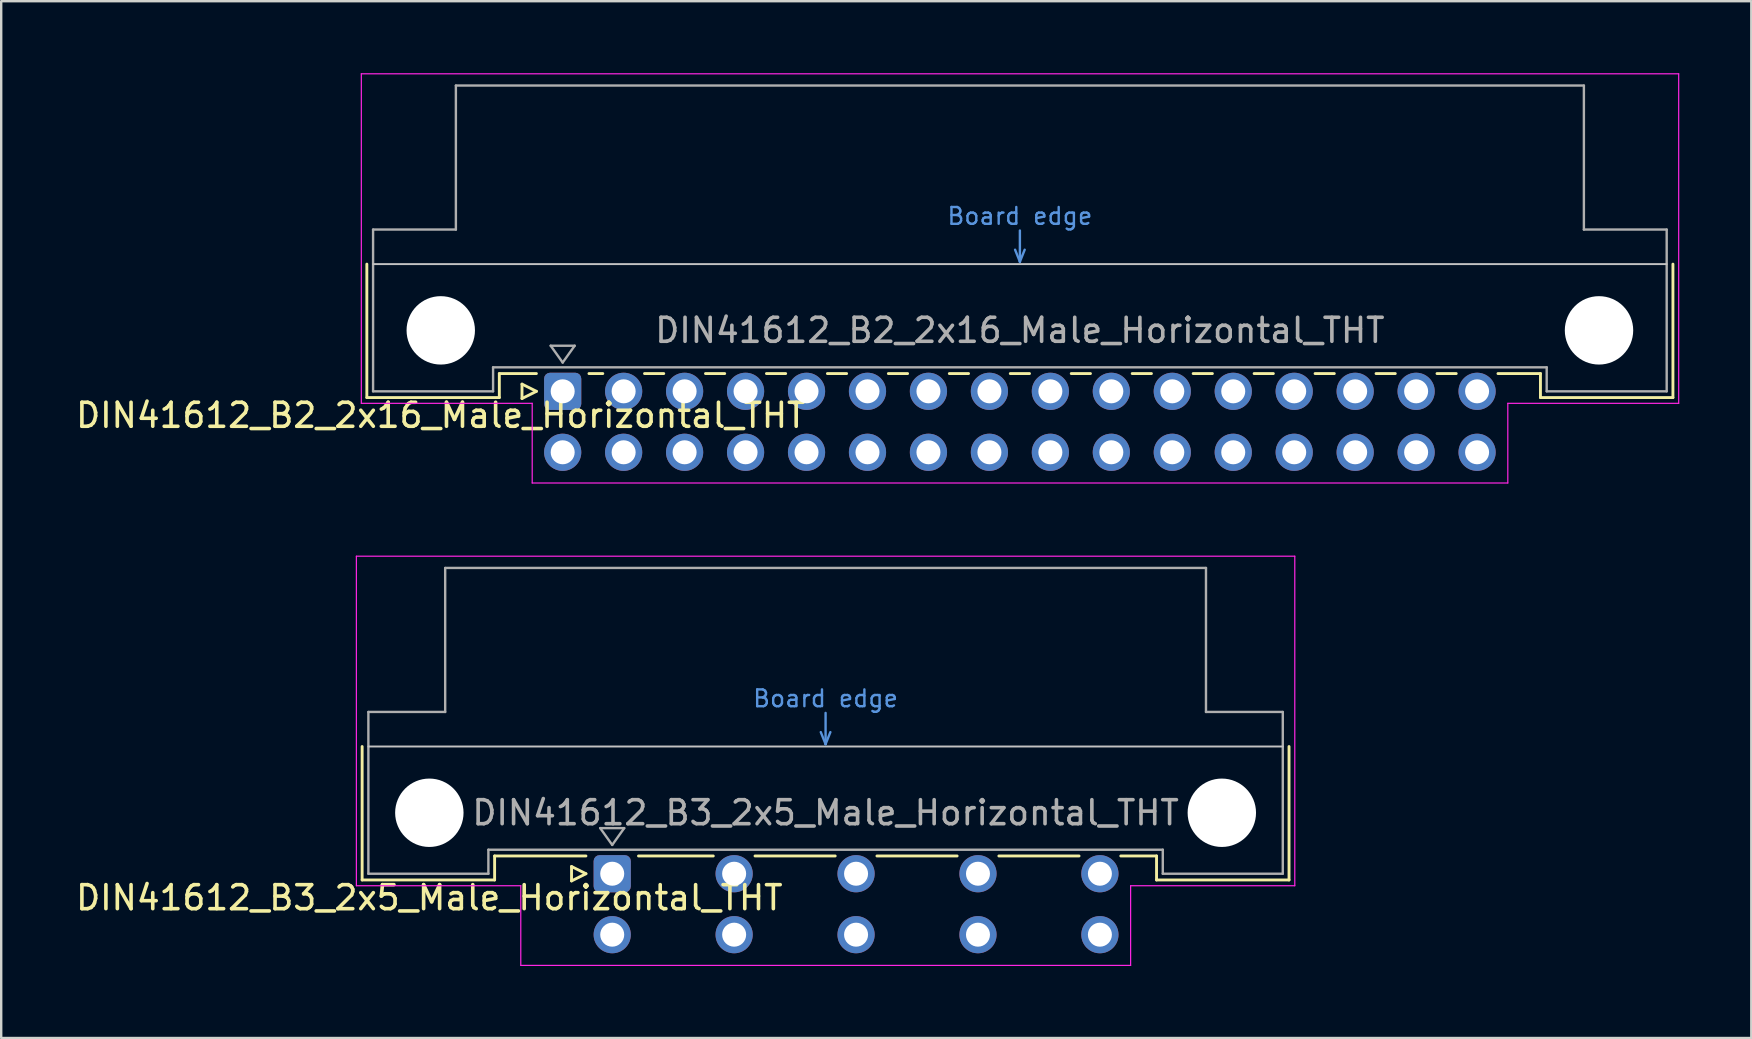
<source format=kicad_pcb>
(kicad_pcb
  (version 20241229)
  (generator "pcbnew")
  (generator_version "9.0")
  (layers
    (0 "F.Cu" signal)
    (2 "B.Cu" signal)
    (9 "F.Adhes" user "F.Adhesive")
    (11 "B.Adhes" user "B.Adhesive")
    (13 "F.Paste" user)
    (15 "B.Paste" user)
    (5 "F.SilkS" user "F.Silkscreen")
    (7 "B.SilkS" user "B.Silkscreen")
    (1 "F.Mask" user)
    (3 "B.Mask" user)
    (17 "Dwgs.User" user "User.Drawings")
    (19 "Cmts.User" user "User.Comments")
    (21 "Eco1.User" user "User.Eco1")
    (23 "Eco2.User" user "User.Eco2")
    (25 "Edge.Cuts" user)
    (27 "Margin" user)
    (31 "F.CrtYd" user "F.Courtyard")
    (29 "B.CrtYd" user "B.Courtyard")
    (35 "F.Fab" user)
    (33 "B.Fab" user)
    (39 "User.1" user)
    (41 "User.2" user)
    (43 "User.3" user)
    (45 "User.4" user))
  (footprint "DIN41612_B3_2x5_Male_Horizontal_THT"
    (layer "F.Cu")
    (at 19.919 33.355)
    (property "Reference" "DIN41612_B3_2x5_Male_Horizontal_THT" (at -5.08 1 0) (layer "F.SilkS") (effects (font (size 1 1) (thickness 0.15))))
    (attr through_hole)
    (fp_line (start -7.88 -5.3) (end -7.88 0.26) (stroke (width 0.12) (type solid)) (layer "F.SilkS"))
    (fp_line (start -7.88 0.26) (end -2.36 0.26) (stroke (width 0.12) (type solid)) (layer "F.SilkS"))
    (fp_line (start -2.361 -0.74) (end 1.445 -0.74) (stroke (width 0.12) (type solid)) (layer "F.SilkS"))
    (fp_line (start -2.36 0.26) (end -2.36 -0.74) (stroke (width 0.12) (type solid)) (layer "F.SilkS"))
    (fp_line (start 0.845 -0.3) (end 0.845 0.3) (stroke (width 0.12) (type solid)) (layer "F.SilkS"))
    (fp_line (start 0.845 0.3) (end 1.445 0) (stroke (width 0.12) (type solid)) (layer "F.SilkS"))
    (fp_line (start 1.445 0) (end 0.845 -0.3) (stroke (width 0.12) (type solid)) (layer "F.SilkS"))
    (fp_line (start 3.635 -0.74) (end 6.751 -0.74) (stroke (width 0.12) (type solid)) (layer "F.SilkS"))
    (fp_line (start 8.49 -0.74) (end 11.831 -0.74) (stroke (width 0.12) (type solid)) (layer "F.SilkS"))
    (fp_line (start 13.57 -0.74) (end 16.911 -0.74) (stroke (width 0.12) (type solid)) (layer "F.SilkS"))
    (fp_line (start 18.65 -0.74) (end 21.991 -0.74) (stroke (width 0.12) (type solid)) (layer "F.SilkS"))
    (fp_line (start 23.73 -0.74) (end 25.22 -0.74) (stroke (width 0.12) (type solid)) (layer "F.SilkS"))
    (fp_line (start 25.22 0.26) (end 25.22 -0.74) (stroke (width 0.12) (type solid)) (layer "F.SilkS"))
    (fp_line (start 30.74 -5.3) (end 30.74 0.26) (stroke (width 0.12) (type solid)) (layer "F.SilkS"))
    (fp_line (start 30.74 0.26) (end 25.22 0.26) (stroke (width 0.12) (type solid)) (layer "F.SilkS"))
    (fp_line (start -7.62 -5.3) (end 30.48 -5.3) (stroke (width 0.08) (type solid)) (layer "Dwgs.User"))
    (fp_line (start 11.23 -5.9) (end 11.43 -5.4) (stroke (width 0.1) (type solid)) (layer "Cmts.User"))
    (fp_line (start 11.43 -5.4) (end 11.43 -6.7) (stroke (width 0.1) (type solid)) (layer "Cmts.User"))
    (fp_line (start 11.43 -5.4) (end 11.63 -5.9) (stroke (width 0.1) (type solid)) (layer "Cmts.User"))
    (fp_line (start -8.12 -13.23) (end -8.12 0.5) (stroke (width 0.05) (type solid)) (layer "F.CrtYd"))
    (fp_line (start -8.12 0.5) (end -1.27 0.5) (stroke (width 0.05) (type solid)) (layer "F.CrtYd"))
    (fp_line (start -1.27 0.5) (end -1.27 3.82) (stroke (width 0.05) (type solid)) (layer "F.CrtYd"))
    (fp_line (start -1.27 3.82) (end 24.14 3.82) (stroke (width 0.05) (type solid)) (layer "F.CrtYd"))
    (fp_line (start 24.14 0.5) (end 30.98 0.5) (stroke (width 0.05) (type solid)) (layer "F.CrtYd"))
    (fp_line (start 24.14 3.82) (end 24.14 0.5) (stroke (width 0.05) (type solid)) (layer "F.CrtYd"))
    (fp_line (start 30.98 -13.23) (end -8.12 -13.23) (stroke (width 0.05) (type solid)) (layer "F.CrtYd"))
    (fp_line (start 30.98 0.5) (end 30.98 -13.23) (stroke (width 0.05) (type solid)) (layer "F.CrtYd"))
    (fp_line (start -7.62 -6.74) (end -7.62 0) (stroke (width 0.1) (type solid)) (layer "F.Fab"))
    (fp_line (start -7.62 0) (end -2.62 0) (stroke (width 0.1) (type solid)) (layer "F.Fab"))
    (fp_line (start -4.42 -12.74) (end -4.42 -6.74) (stroke (width 0.1) (type solid)) (layer "F.Fab"))
    (fp_line (start -4.42 -6.74) (end -7.62 -6.74) (stroke (width 0.1) (type solid)) (layer "F.Fab"))
    (fp_line (start -2.62 -1) (end 25.48 -1) (stroke (width 0.1) (type solid)) (layer "F.Fab"))
    (fp_line (start -2.62 0) (end -2.62 -1) (stroke (width 0.1) (type solid)) (layer "F.Fab"))
    (fp_line (start 2.04 -1.9) (end 3.04 -1.9) (stroke (width 0.1) (type solid)) (layer "F.Fab"))
    (fp_line (start 2.54 -1.2) (end 2.04 -1.9) (stroke (width 0.1) (type solid)) (layer "F.Fab"))
    (fp_line (start 3.04 -1.9) (end 2.54 -1.2) (stroke (width 0.1) (type solid)) (layer "F.Fab"))
    (fp_line (start 25.48 -1) (end 25.48 0) (stroke (width 0.1) (type solid)) (layer "F.Fab"))
    (fp_line (start 25.48 0) (end 30.48 0) (stroke (width 0.1) (type solid)) (layer "F.Fab"))
    (fp_line (start 27.28 -12.74) (end -4.42 -12.74) (stroke (width 0.1) (type solid)) (layer "F.Fab"))
    (fp_line (start 27.28 -6.74) (end 27.28 -12.74) (stroke (width 0.1) (type solid)) (layer "F.Fab"))
    (fp_line (start 30.48 -6.74) (end 27.28 -6.74) (stroke (width 0.1) (type solid)) (layer "F.Fab"))
    (fp_line (start 30.48 0) (end 30.48 -6.74) (stroke (width 0.1) (type solid)) (layer "F.Fab"))
    (fp_text user "Board edge" (at 11.43 -7.3 0) (layer "Cmts.User") (effects (font (size 0.7 0.7) (thickness 0.1))))
    (fp_text user "${REFERENCE}" (at 11.43 -2.54 0) (layer "F.Fab") (effects (font (size 1 1) (thickness 0.15))))
    (pad "" np_thru_hole circle (at -5.08 -2.54) (size 2.85 2.85) (drill 2.85) (layers "*.Cu" "*.Mask"))
    (pad "" np_thru_hole circle (at 27.94 -2.54) (size 2.85 2.85) (drill 2.85) (layers "*.Cu" "*.Mask"))
    (pad "a2" thru_hole roundrect (at 2.54 0) (size 1.55 1.55) (drill 1) (layers "*.Cu" "*.Mask") (roundrect_rratio 0.161))
    (pad "a4" thru_hole circle (at 7.62 0) (size 1.55 1.55) (drill 1) (layers "*.Cu" "*.Mask"))
    (pad "a6" thru_hole circle (at 12.7 0) (size 1.55 1.55) (drill 1) (layers "*.Cu" "*.Mask"))
    (pad "a8" thru_hole circle (at 17.78 0) (size 1.55 1.55) (drill 1) (layers "*.Cu" "*.Mask"))
    (pad "a10" thru_hole circle (at 22.86 0) (size 1.55 1.55) (drill 1) (layers "*.Cu" "*.Mask"))
    (pad "b2" thru_hole circle (at 2.54 2.54) (size 1.55 1.55) (drill 1) (layers "*.Cu" "*.Mask"))
    (pad "b4" thru_hole circle (at 7.62 2.54) (size 1.55 1.55) (drill 1) (layers "*.Cu" "*.Mask"))
    (pad "b6" thru_hole circle (at 12.7 2.54) (size 1.55 1.55) (drill 1) (layers "*.Cu" "*.Mask"))
    (pad "b8" thru_hole circle (at 17.78 2.54) (size 1.55 1.55) (drill 1) (layers "*.Cu" "*.Mask"))
    (pad "b10" thru_hole circle (at 22.86 2.54) (size 1.55 1.55) (drill 1) (layers "*.Cu" "*.Mask")))
  (footprint "DIN41612_B2_2x16_Male_Horizontal_THT"
    (layer "F.Cu")
    (at 20.395 13.255)
    (property "Reference" "DIN41612_B2_2x16_Male_Horizontal_THT" (at -5.08 1 0) (layer "F.SilkS") (effects (font (size 1 1) (thickness 0.15))))
    (attr through_hole)
    (fp_line (start -8.16 -5.3) (end -8.16 0.26) (stroke (width 0.12) (type solid)) (layer "F.SilkS"))
    (fp_line (start -8.16 0.26) (end -2.64 0.26) (stroke (width 0.12) (type solid)) (layer "F.SilkS"))
    (fp_line (start -2.64 -0.74) (end -1.095 -0.74) (stroke (width 0.12) (type solid)) (layer "F.SilkS"))
    (fp_line (start -2.64 0.26) (end -2.64 -0.74) (stroke (width 0.12) (type solid)) (layer "F.SilkS"))
    (fp_line (start -1.695 -0.3) (end -1.695 0.3) (stroke (width 0.12) (type solid)) (layer "F.SilkS"))
    (fp_line (start -1.695 0.3) (end -1.095 0) (stroke (width 0.12) (type solid)) (layer "F.SilkS"))
    (fp_line (start -1.095 0) (end -1.695 -0.3) (stroke (width 0.12) (type solid)) (layer "F.SilkS"))
    (fp_line (start 1.095 -0.74) (end 1.671 -0.74) (stroke (width 0.12) (type solid)) (layer "F.SilkS"))
    (fp_line (start 3.41 -0.74) (end 4.211 -0.74) (stroke (width 0.12) (type solid)) (layer "F.SilkS"))
    (fp_line (start 5.95 -0.74) (end 6.751 -0.74) (stroke (width 0.12) (type solid)) (layer "F.SilkS"))
    (fp_line (start 8.49 -0.74) (end 9.291 -0.74) (stroke (width 0.12) (type solid)) (layer "F.SilkS"))
    (fp_line (start 11.03 -0.74) (end 11.831 -0.74) (stroke (width 0.12) (type solid)) (layer "F.SilkS"))
    (fp_line (start 13.57 -0.74) (end 14.371 -0.74) (stroke (width 0.12) (type solid)) (layer "F.SilkS"))
    (fp_line (start 16.11 -0.74) (end 16.911 -0.74) (stroke (width 0.12) (type solid)) (layer "F.SilkS"))
    (fp_line (start 18.65 -0.74) (end 19.451 -0.74) (stroke (width 0.12) (type solid)) (layer "F.SilkS"))
    (fp_line (start 21.19 -0.74) (end 21.991 -0.74) (stroke (width 0.12) (type solid)) (layer "F.SilkS"))
    (fp_line (start 23.73 -0.74) (end 24.531 -0.74) (stroke (width 0.12) (type solid)) (layer "F.SilkS"))
    (fp_line (start 26.27 -0.74) (end 27.071 -0.74) (stroke (width 0.12) (type solid)) (layer "F.SilkS"))
    (fp_line (start 28.81 -0.74) (end 29.611 -0.74) (stroke (width 0.12) (type solid)) (layer "F.SilkS"))
    (fp_line (start 31.35 -0.74) (end 32.151 -0.74) (stroke (width 0.12) (type solid)) (layer "F.SilkS"))
    (fp_line (start 33.89 -0.74) (end 34.691 -0.74) (stroke (width 0.12) (type solid)) (layer "F.SilkS"))
    (fp_line (start 36.43 -0.74) (end 37.231 -0.74) (stroke (width 0.12) (type solid)) (layer "F.SilkS"))
    (fp_line (start 38.97 -0.74) (end 40.74 -0.74) (stroke (width 0.12) (type solid)) (layer "F.SilkS"))
    (fp_line (start 40.74 0.26) (end 40.74 -0.74) (stroke (width 0.12) (type solid)) (layer "F.SilkS"))
    (fp_line (start 46.26 -5.3) (end 46.26 0.26) (stroke (width 0.12) (type solid)) (layer "F.SilkS"))
    (fp_line (start 46.26 0.26) (end 40.74 0.26) (stroke (width 0.12) (type solid)) (layer "F.SilkS"))
    (fp_line (start -7.9 -5.3) (end 46 -5.3) (stroke (width 0.08) (type solid)) (layer "Dwgs.User"))
    (fp_line (start 18.85 -5.9) (end 19.05 -5.4) (stroke (width 0.1) (type solid)) (layer "Cmts.User"))
    (fp_line (start 19.05 -5.4) (end 19.05 -6.7) (stroke (width 0.1) (type solid)) (layer "Cmts.User"))
    (fp_line (start 19.05 -5.4) (end 19.25 -5.9) (stroke (width 0.1) (type solid)) (layer "Cmts.User"))
    (fp_line (start -8.39 -13.23) (end -8.39 0.5) (stroke (width 0.05) (type solid)) (layer "F.CrtYd"))
    (fp_line (start -8.39 0.5) (end -1.27 0.5) (stroke (width 0.05) (type solid)) (layer "F.CrtYd"))
    (fp_line (start -1.27 0.5) (end -1.27 3.82) (stroke (width 0.05) (type solid)) (layer "F.CrtYd"))
    (fp_line (start -1.27 3.82) (end 39.38 3.82) (stroke (width 0.05) (type solid)) (layer "F.CrtYd"))
    (fp_line (start 39.38 0.5) (end 46.5 0.5) (stroke (width 0.05) (type solid)) (layer "F.CrtYd"))
    (fp_line (start 39.38 3.82) (end 39.38 0.5) (stroke (width 0.05) (type solid)) (layer "F.CrtYd"))
    (fp_line (start 46.5 -13.23) (end -8.39 -13.23) (stroke (width 0.05) (type solid)) (layer "F.CrtYd"))
    (fp_line (start 46.5 0.5) (end 46.5 -13.23) (stroke (width 0.05) (type solid)) (layer "F.CrtYd"))
    (fp_line (start -7.9 -6.74) (end -7.9 0) (stroke (width 0.1) (type solid)) (layer "F.Fab"))
    (fp_line (start -7.9 0) (end -2.9 0) (stroke (width 0.1) (type solid)) (layer "F.Fab"))
    (fp_line (start -4.45 -12.74) (end -4.45 -6.74) (stroke (width 0.1) (type solid)) (layer "F.Fab"))
    (fp_line (start -4.45 -6.74) (end -7.9 -6.74) (stroke (width 0.1) (type solid)) (layer "F.Fab"))
    (fp_line (start -2.9 -1) (end 41 -1) (stroke (width 0.1) (type solid)) (layer "F.Fab"))
    (fp_line (start -2.9 0) (end -2.9 -1) (stroke (width 0.1) (type solid)) (layer "F.Fab"))
    (fp_line (start -0.5 -1.9) (end 0.5 -1.9) (stroke (width 0.1) (type solid)) (layer "F.Fab"))
    (fp_line (start 0 -1.2) (end -0.5 -1.9) (stroke (width 0.1) (type solid)) (layer "F.Fab"))
    (fp_line (start 0.5 -1.9) (end 0 -1.2) (stroke (width 0.1) (type solid)) (layer "F.Fab"))
    (fp_line (start 41 -1) (end 41 0) (stroke (width 0.1) (type solid)) (layer "F.Fab"))
    (fp_line (start 41 0) (end 46 0) (stroke (width 0.1) (type solid)) (layer "F.Fab"))
    (fp_line (start 42.55 -12.74) (end -4.45 -12.74) (stroke (width 0.1) (type solid)) (layer "F.Fab"))
    (fp_line (start 42.55 -6.74) (end 42.55 -12.74) (stroke (width 0.1) (type solid)) (layer "F.Fab"))
    (fp_line (start 46 -6.74) (end 42.55 -6.74) (stroke (width 0.1) (type solid)) (layer "F.Fab"))
    (fp_line (start 46 0) (end 46 -6.74) (stroke (width 0.1) (type solid)) (layer "F.Fab"))
    (fp_text user "Board edge" (at 19.05 -7.3 0) (layer "Cmts.User") (effects (font (size 0.7 0.7) (thickness 0.1))))
    (fp_text user "${REFERENCE}" (at 19.05 -2.54 0) (layer "F.Fab") (effects (font (size 1 1) (thickness 0.15))))
    (pad "" np_thru_hole circle (at -5.08 -2.54) (size 2.85 2.85) (drill 2.85) (layers "*.Cu" "*.Mask"))
    (pad "" np_thru_hole circle (at 43.18 -2.54) (size 2.85 2.85) (drill 2.85) (layers "*.Cu" "*.Mask"))
    (pad "a1" thru_hole roundrect (at 0 0) (size 1.55 1.55) (drill 1) (layers "*.Cu" "*.Mask") (roundrect_rratio 0.161))
    (pad "a2" thru_hole circle (at 2.54 0) (size 1.55 1.55) (drill 1) (layers "*.Cu" "*.Mask"))
    (pad "a3" thru_hole circle (at 5.08 0) (size 1.55 1.55) (drill 1) (layers "*.Cu" "*.Mask"))
    (pad "a4" thru_hole circle (at 7.62 0) (size 1.55 1.55) (drill 1) (layers "*.Cu" "*.Mask"))
    (pad "a5" thru_hole circle (at 10.16 0) (size 1.55 1.55) (drill 1) (layers "*.Cu" "*.Mask"))
    (pad "a6" thru_hole circle (at 12.7 0) (size 1.55 1.55) (drill 1) (layers "*.Cu" "*.Mask"))
    (pad "a7" thru_hole circle (at 15.24 0) (size 1.55 1.55) (drill 1) (layers "*.Cu" "*.Mask"))
    (pad "a8" thru_hole circle (at 17.78 0) (size 1.55 1.55) (drill 1) (layers "*.Cu" "*.Mask"))
    (pad "a9" thru_hole circle (at 20.32 0) (size 1.55 1.55) (drill 1) (layers "*.Cu" "*.Mask"))
    (pad "a10" thru_hole circle (at 22.86 0) (size 1.55 1.55) (drill 1) (layers "*.Cu" "*.Mask"))
    (pad "a11" thru_hole circle (at 25.4 0) (size 1.55 1.55) (drill 1) (layers "*.Cu" "*.Mask"))
    (pad "a12" thru_hole circle (at 27.94 0) (size 1.55 1.55) (drill 1) (layers "*.Cu" "*.Mask"))
    (pad "a13" thru_hole circle (at 30.48 0) (size 1.55 1.55) (drill 1) (layers "*.Cu" "*.Mask"))
    (pad "a14" thru_hole circle (at 33.02 0) (size 1.55 1.55) (drill 1) (layers "*.Cu" "*.Mask"))
    (pad "a15" thru_hole circle (at 35.56 0) (size 1.55 1.55) (drill 1) (layers "*.Cu" "*.Mask"))
    (pad "a16" thru_hole circle (at 38.1 0) (size 1.55 1.55) (drill 1) (layers "*.Cu" "*.Mask"))
    (pad "b1" thru_hole circle (at 0 2.54) (size 1.55 1.55) (drill 1) (layers "*.Cu" "*.Mask"))
    (pad "b2" thru_hole circle (at 2.54 2.54) (size 1.55 1.55) (drill 1) (layers "*.Cu" "*.Mask"))
    (pad "b3" thru_hole circle (at 5.08 2.54) (size 1.55 1.55) (drill 1) (layers "*.Cu" "*.Mask"))
    (pad "b4" thru_hole circle (at 7.62 2.54) (size 1.55 1.55) (drill 1) (layers "*.Cu" "*.Mask"))
    (pad "b5" thru_hole circle (at 10.16 2.54) (size 1.55 1.55) (drill 1) (layers "*.Cu" "*.Mask"))
    (pad "b6" thru_hole circle (at 12.7 2.54) (size 1.55 1.55) (drill 1) (layers "*.Cu" "*.Mask"))
    (pad "b7" thru_hole circle (at 15.24 2.54) (size 1.55 1.55) (drill 1) (layers "*.Cu" "*.Mask"))
    (pad "b8" thru_hole circle (at 17.78 2.54) (size 1.55 1.55) (drill 1) (layers "*.Cu" "*.Mask"))
    (pad "b9" thru_hole circle (at 20.32 2.54) (size 1.55 1.55) (drill 1) (layers "*.Cu" "*.Mask"))
    (pad "b10" thru_hole circle (at 22.86 2.54) (size 1.55 1.55) (drill 1) (layers "*.Cu" "*.Mask"))
    (pad "b11" thru_hole circle (at 25.4 2.54) (size 1.55 1.55) (drill 1) (layers "*.Cu" "*.Mask"))
    (pad "b12" thru_hole circle (at 27.94 2.54) (size 1.55 1.55) (drill 1) (layers "*.Cu" "*.Mask"))
    (pad "b13" thru_hole circle (at 30.48 2.54) (size 1.55 1.55) (drill 1) (layers "*.Cu" "*.Mask"))
    (pad "b14" thru_hole circle (at 33.02 2.54) (size 1.55 1.55) (drill 1) (layers "*.Cu" "*.Mask"))
    (pad "b15" thru_hole circle (at 35.56 2.54) (size 1.55 1.55) (drill 1) (layers "*.Cu" "*.Mask"))
    (pad "b16" thru_hole circle (at 38.1 2.54) (size 1.55 1.55) (drill 1) (layers "*.Cu" "*.Mask")))
  (gr_rect
    (start -3 -3)
    (end 69.92 40.2)
    (stroke (width 0.1) (type default))
    (fill no)
    (layer "Edge.Cuts")))
</source>
